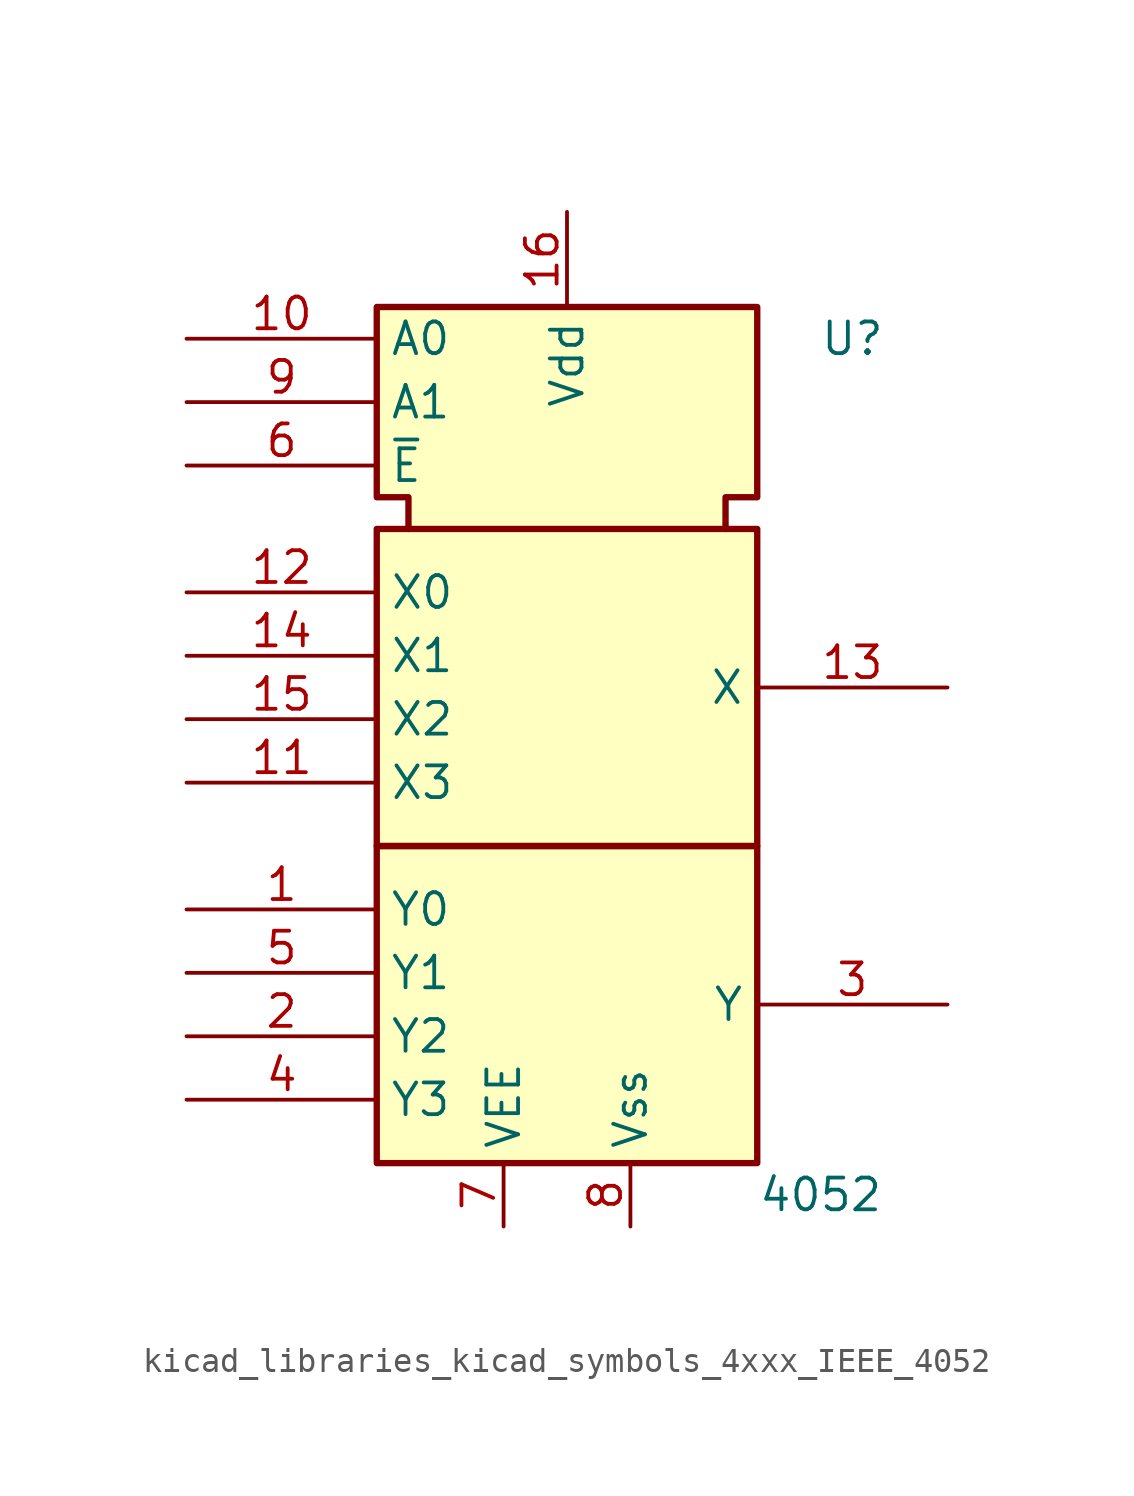
<source format=kicad_sym>
(kicad_symbol_lib
  (version 20220914)
  (generator kicad_symbol_editor)
  (symbol "kicad_libraries_kicad_symbols_4xxx_IEEE_4052"
    (property "Reference" "U"
      (at 11.43 15.24 0)
      (effects (font (size 1.27 1.27))))
    (property "Value" "4052"
      (at 10.16 -19.05 0)
      (effects (font (size 1.27 1.27))))
    (symbol "kicad_libraries_kicad_symbols_4xxx_IEEE_4052_0_0"
      (pin power_in line (at 0 20.32 270) (length 3.81) (name "Vdd" (effects (font (size 1.27 1.27)))) (number "16" (effects (font (size 1.27 1.27)))))
      (pin power_in line (at 2.54 -20.32 90) (length 2.54) (name "Vss" (effects (font (size 1.27 1.27)))) (number "8" (effects (font (size 1.27 1.27))))))
    (symbol "kicad_libraries_kicad_symbols_4xxx_IEEE_4052_0_1"
      (rectangle (start -7.62 -5.08) (end 7.62 -17.78) (stroke (width 0.254) (type default)) (fill (type background)))
      (rectangle (start -7.62 7.62) (end 7.62 -5.08) (stroke (width 0.254) (type default)) (fill (type background)))
      (polyline (pts (xy -6.35 7.62) (xy -6.35 8.89) (xy -7.62 8.89) (xy -7.62 16.51) (xy 7.62 16.51) (xy 7.62 8.89) (xy 6.35 8.89) (xy 6.35 7.62) (xy 6.35 7.62)) (stroke (width 0.254) (type default)) (fill (type background))))
    (symbol "kicad_libraries_kicad_symbols_4xxx_IEEE_4052_1_1"
      (pin passive line (at -15.24 -7.62 0) (length 7.62) (name "Y0" (effects (font (size 1.27 1.27)))) (number "1" (effects (font (size 1.27 1.27)))))
      (pin input line (at -15.24 15.24 0) (length 7.62) (name "A0" (effects (font (size 1.27 1.27)))) (number "10" (effects (font (size 1.27 1.27)))))
      (pin passive line (at -15.24 -2.54 0) (length 7.62) (name "X3" (effects (font (size 1.27 1.27)))) (number "11" (effects (font (size 1.27 1.27)))))
      (pin passive line (at -15.24 5.08 0) (length 7.62) (name "X0" (effects (font (size 1.27 1.27)))) (number "12" (effects (font (size 1.27 1.27)))))
      (pin passive line (at 15.24 1.27 180) (length 7.62) (name "X" (effects (font (size 1.27 1.27)))) (number "13" (effects (font (size 1.27 1.27)))))
      (pin passive line (at -15.24 2.54 0) (length 7.62) (name "X1" (effects (font (size 1.27 1.27)))) (number "14" (effects (font (size 1.27 1.27)))))
      (pin passive line (at -15.24 0 0) (length 7.62) (name "X2" (effects (font (size 1.27 1.27)))) (number "15" (effects (font (size 1.27 1.27)))))
      (pin passive line (at -15.24 -12.7 0) (length 7.62) (name "Y2" (effects (font (size 1.27 1.27)))) (number "2" (effects (font (size 1.27 1.27)))))
      (pin passive line (at 15.24 -11.43 180) (length 7.62) (name "Y" (effects (font (size 1.27 1.27)))) (number "3" (effects (font (size 1.27 1.27)))))
      (pin passive line (at -15.24 -15.24 0) (length 7.62) (name "Y3" (effects (font (size 1.27 1.27)))) (number "4" (effects (font (size 1.27 1.27)))))
      (pin passive line (at -15.24 -10.16 0) (length 7.62) (name "Y1" (effects (font (size 1.27 1.27)))) (number "5" (effects (font (size 1.27 1.27)))))
      (pin input line (at -15.24 10.16 0) (length 7.62) (name "~{E}" (effects (font (size 1.27 1.27)))) (number "6" (effects (font (size 1.27 1.27)))))
      (pin power_in line (at -2.54 -20.32 90) (length 2.54) (name "VEE" (effects (font (size 1.27 1.27)))) (number "7" (effects (font (size 1.27 1.27)))))
      (pin input line (at -15.24 12.7 0) (length 7.62) (name "A1" (effects (font (size 1.27 1.27)))) (number "9" (effects (font (size 1.27 1.27))))))))
</source>
